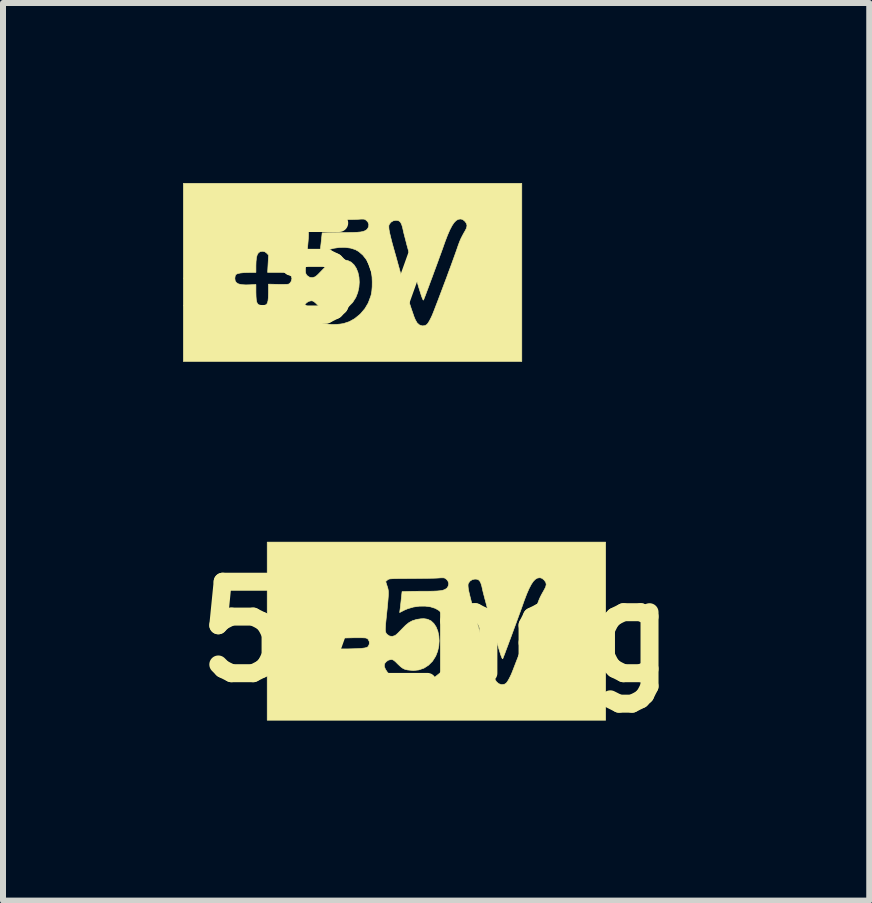
<source format=kicad_pcb>
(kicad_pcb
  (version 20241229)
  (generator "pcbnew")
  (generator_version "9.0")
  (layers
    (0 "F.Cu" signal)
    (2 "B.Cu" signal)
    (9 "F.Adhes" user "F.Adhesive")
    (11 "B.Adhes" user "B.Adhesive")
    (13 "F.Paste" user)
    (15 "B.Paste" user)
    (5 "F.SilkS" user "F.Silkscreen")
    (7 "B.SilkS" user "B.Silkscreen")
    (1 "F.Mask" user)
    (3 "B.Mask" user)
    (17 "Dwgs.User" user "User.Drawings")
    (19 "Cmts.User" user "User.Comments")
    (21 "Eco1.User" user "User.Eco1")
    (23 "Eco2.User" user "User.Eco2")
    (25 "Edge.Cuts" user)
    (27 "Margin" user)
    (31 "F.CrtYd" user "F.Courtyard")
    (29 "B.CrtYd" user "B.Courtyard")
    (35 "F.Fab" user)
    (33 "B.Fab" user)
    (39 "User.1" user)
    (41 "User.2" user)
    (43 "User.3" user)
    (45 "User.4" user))
  (footprint "5v_neg"
    (layer "F.Cu")
    (at 4.216 7.477)
    (property "Reference" "5v_neg" (at 0 0 0) (layer "F.SilkS") (effects (font (size 1.524 1.524) (thickness 0.3))))
    (attr through_hole)
    (fp_poly (pts (xy 2.825 1.473) (xy -2.814 1.473) (xy -2.814 0.545) (xy -0.862 0.545) (xy -0.861 0.582) (xy -0.843 0.626) (xy -0.811 0.674) (xy -0.766 0.722) (xy -0.764 0.723) (xy -0.69 0.78) (xy -0.61 0.82) (xy -0.519 0.845) (xy -0.415 0.856) (xy -0.385 0.856) (xy -0.329 0.855) (xy -0.271 0.85) (xy -0.223 0.843) (xy -0.211 0.841) (xy -0.115 0.809) (xy -0.027 0.76) (xy 0.057 0.692) (xy 0.074 0.676) (xy 0.145 0.592) (xy 0.2 0.499) (xy 0.241 0.392) (xy 0.249 0.363) (xy 0.26 0.302) (xy 0.266 0.228) (xy 0.267 0.147) (xy 0.264 0.067) (xy 0.255 -0.004) (xy 0.249 -0.036) (xy 0.216 -0.135) (xy 0.17 -0.224) (xy 0.111 -0.299) (xy 0.042 -0.359) (xy -0.014 -0.391) (xy -0.093 -0.416) (xy -0.183 -0.428) (xy -0.28 -0.427) (xy -0.377 -0.413) (xy -0.47 -0.386) (xy -0.525 -0.363) (xy -0.607 -0.321) (xy -0.601 -0.367) (xy -0.597 -0.396) (xy -0.592 -0.441) (xy -0.586 -0.494) (xy -0.581 -0.541) (xy -0.567 -0.67) (xy -0.457 -0.673) (xy -0.408 -0.674) (xy -0.343 -0.675) (xy -0.27 -0.676) (xy -0.194 -0.676) (xy -0.143 -0.676) (xy -0.053 -0.677) (xy 0.018 -0.68) (xy 0.072 -0.685) (xy 0.114 -0.693) (xy 0.146 -0.705) (xy 0.17 -0.72) (xy 0.183 -0.731) (xy 0.204 -0.765) (xy 0.532 -0.765) (xy 0.536 -0.723) (xy 0.547 -0.665) (xy 0.565 -0.59) (xy 0.589 -0.496) (xy 0.615 -0.403) (xy 0.635 -0.332) (xy 0.659 -0.248) (xy 0.684 -0.156) (xy 0.71 -0.063) (xy 0.734 0.024) (xy 0.736 0.033) (xy 0.761 0.122) (xy 0.789 0.218) (xy 0.819 0.316) (xy 0.849 0.413) (xy 0.878 0.506) (xy 0.906 0.592) (xy 0.932 0.667) (xy 0.954 0.728) (xy 0.971 0.771) (xy 0.973 0.776) (xy 1.004 0.83) (xy 1.042 0.864) (xy 1.087 0.879) (xy 1.102 0.879) (xy 1.138 0.874) (xy 1.167 0.856) (xy 1.175 0.847) (xy 1.192 0.824) (xy 1.214 0.786) (xy 1.238 0.739) (xy 1.253 0.707) (xy 1.267 0.673) (xy 1.288 0.62) (xy 1.314 0.552) (xy 1.345 0.472) (xy 1.38 0.382) (xy 1.416 0.284) (xy 1.454 0.183) (xy 1.493 0.08) (xy 1.53 -0.022) (xy 1.567 -0.121) (xy 1.6 -0.212) (xy 1.63 -0.295) (xy 1.655 -0.365) (xy 1.667 -0.399) (xy 1.692 -0.472) (xy 1.714 -0.53) (xy 1.735 -0.578) (xy 1.758 -0.623) (xy 1.785 -0.671) (xy 1.798 -0.694) (xy 1.825 -0.746) (xy 1.835 -0.788) (xy 1.828 -0.823) (xy 1.804 -0.858) (xy 1.798 -0.864) (xy 1.767 -0.89) (xy 1.737 -0.9) (xy 1.722 -0.901) (xy 1.687 -0.895) (xy 1.653 -0.875) (xy 1.619 -0.84) (xy 1.585 -0.789) (xy 1.549 -0.72) (xy 1.511 -0.633) (xy 1.47 -0.526) (xy 1.453 -0.478) (xy 1.434 -0.424) (xy 1.41 -0.357) (xy 1.382 -0.281) (xy 1.352 -0.198) (xy 1.32 -0.111) (xy 1.287 -0.022) (xy 1.255 0.066) (xy 1.223 0.151) (xy 1.194 0.23) (xy 1.167 0.301) (xy 1.145 0.361) (xy 1.127 0.407) (xy 1.115 0.438) (xy 1.11 0.45) (xy 1.104 0.448) (xy 1.093 0.426) (xy 1.077 0.384) (xy 1.057 0.321) (xy 1.032 0.238) (xy 1.001 0.134) (xy 0.967 0.011) (xy 0.944 -0.072) (xy 0.918 -0.166) (xy 0.891 -0.264) (xy 0.865 -0.355) (xy 0.852 -0.401) (xy 0.833 -0.473) (xy 0.814 -0.544) (xy 0.797 -0.609) (xy 0.783 -0.663) (xy 0.775 -0.698) (xy 0.76 -0.766) (xy 0.744 -0.815) (xy 0.726 -0.848) (xy 0.704 -0.868) (xy 0.676 -0.877) (xy 0.647 -0.879) (xy 0.604 -0.87) (xy 0.566 -0.846) (xy 0.54 -0.811) (xy 0.533 -0.793) (xy 0.532 -0.765) (xy 0.204 -0.765) (xy 0.206 -0.768) (xy 0.21 -0.81) (xy 0.195 -0.85) (xy 0.174 -0.874) (xy 0.155 -0.888) (xy 0.139 -0.897) (xy 0.117 -0.9) (xy 0.085 -0.9) (xy 0.044 -0.897) (xy 0.01 -0.895) (xy -0.042 -0.893) (xy -0.11 -0.892) (xy -0.189 -0.891) (xy -0.276 -0.89) (xy -0.368 -0.889) (xy -0.416 -0.889) (xy -0.515 -0.888) (xy -0.595 -0.888) (xy -0.658 -0.887) (xy -0.705 -0.886) (xy -0.74 -0.884) (xy -0.765 -0.882) (xy -0.783 -0.879) (xy -0.795 -0.874) (xy -0.804 -0.869) (xy -0.811 -0.863) (xy -0.84 -0.838) (xy -0.815 -0.76) (xy -0.807 -0.736) (xy -0.801 -0.713) (xy -0.797 -0.69) (xy -0.795 -0.663) (xy -0.795 -0.63) (xy -0.797 -0.588) (xy -0.801 -0.535) (xy -0.807 -0.467) (xy -0.815 -0.383) (xy -0.825 -0.288) (xy -0.834 -0.2) (xy -0.841 -0.131) (xy -0.844 -0.079) (xy -0.846 -0.04) (xy -0.844 -0.011) (xy -0.839 0.009) (xy -0.831 0.025) (xy -0.82 0.039) (xy -0.814 0.045) (xy -0.774 0.071) (xy -0.729 0.076) (xy -0.684 0.062) (xy -0.664 0.047) (xy -0.635 0.021) (xy -0.6 -0.015) (xy -0.57 -0.046) (xy -0.509 -0.108) (xy -0.453 -0.153) (xy -0.396 -0.184) (xy -0.335 -0.203) (xy -0.314 -0.208) (xy -0.253 -0.217) (xy -0.204 -0.219) (xy -0.161 -0.213) (xy -0.139 -0.208) (xy -0.084 -0.182) (xy -0.037 -0.138) (xy 0.001 -0.08) (xy 0.029 -0.01) (xy 0.046 0.068) (xy 0.051 0.151) (xy 0.045 0.237) (xy 0.026 0.322) (xy -0.006 0.404) (xy -0.007 0.406) (xy -0.06 0.49) (xy -0.126 0.556) (xy -0.202 0.605) (xy -0.288 0.635) (xy -0.38 0.645) (xy -0.477 0.635) (xy -0.519 0.625) (xy -0.553 0.609) (xy -0.59 0.582) (xy -0.636 0.539) (xy -0.639 0.536) (xy -0.675 0.5) (xy -0.701 0.478) (xy -0.722 0.466) (xy -0.741 0.462) (xy -0.751 0.462) (xy -0.792 0.471) (xy -0.829 0.495) (xy -0.856 0.528) (xy -0.862 0.545) (xy -2.814 0.545) (xy -2.814 0.202) (xy -1.825 0.202) (xy -1.817 0.24) (xy -1.803 0.264) (xy -1.794 0.271) (xy -1.783 0.277) (xy -1.766 0.281) (xy -1.741 0.283) (xy -1.704 0.285) (xy -1.652 0.285) (xy -1.582 0.285) (xy -1.552 0.285) (xy -1.477 0.285) (xy -1.403 0.283) (xy -1.335 0.281) (xy -1.279 0.278) (xy -1.239 0.276) (xy -1.237 0.275) (xy -1.19 0.269) (xy -1.159 0.262) (xy -1.139 0.251) (xy -1.13 0.242) (xy -1.113 0.205) (xy -1.113 0.164) (xy -1.131 0.127) (xy -1.134 0.124) (xy -1.145 0.114) (xy -1.158 0.107) (xy -1.176 0.102) (xy -1.205 0.1) (xy -1.248 0.099) (xy -1.303 0.099) (xy -1.37 0.099) (xy -1.45 0.101) (xy -1.533 0.103) (xy -1.609 0.106) (xy -1.616 0.106) (xy -1.682 0.109) (xy -1.73 0.113) (xy -1.763 0.117) (xy -1.785 0.122) (xy -1.799 0.129) (xy -1.804 0.134) (xy -1.82 0.163) (xy -1.825 0.202) (xy -2.814 0.202) (xy -2.814 -1.495) (xy 2.825 -1.495) (xy 2.825 1.473)) (stroke (width 0.01) (type solid)) (fill yes) (layer "F.SilkS")))
  (footprint "5v"
    (layer "F.Cu")
    (at 2.819 1.5)
    (property "Reference" "5v" (at 0 0 0) (layer "F.SilkS") (effects (font (size 1.524 1.524) (thickness 0.3))))
    (attr through_hole)
    (fp_poly (pts (xy 2.825 1.473) (xy -2.814 1.473) (xy -2.814 0.545) (xy -0.796 0.545) (xy -0.795 0.582) (xy -0.777 0.626) (xy -0.745 0.674) (xy -0.7 0.722) (xy -0.698 0.723) (xy -0.624 0.78) (xy -0.544 0.82) (xy -0.453 0.845) (xy -0.349 0.856) (xy -0.319 0.856) (xy -0.263 0.855) (xy -0.206 0.85) (xy -0.157 0.843) (xy -0.146 0.841) (xy -0.049 0.809) (xy 0.039 0.76) (xy 0.123 0.692) (xy 0.14 0.676) (xy 0.211 0.592) (xy 0.266 0.499) (xy 0.306 0.392) (xy 0.315 0.363) (xy 0.326 0.302) (xy 0.332 0.228) (xy 0.333 0.147) (xy 0.33 0.067) (xy 0.321 -0.004) (xy 0.315 -0.036) (xy 0.282 -0.135) (xy 0.236 -0.224) (xy 0.177 -0.299) (xy 0.108 -0.359) (xy 0.052 -0.391) (xy -0.027 -0.416) (xy -0.117 -0.428) (xy -0.214 -0.427) (xy -0.311 -0.413) (xy -0.404 -0.386) (xy -0.459 -0.363) (xy -0.541 -0.321) (xy -0.535 -0.367) (xy -0.531 -0.396) (xy -0.526 -0.441) (xy -0.52 -0.494) (xy -0.515 -0.541) (xy -0.501 -0.67) (xy -0.391 -0.673) (xy -0.342 -0.674) (xy -0.277 -0.675) (xy -0.204 -0.676) (xy -0.128 -0.676) (xy -0.077 -0.676) (xy 0.013 -0.677) (xy 0.083 -0.68) (xy 0.138 -0.685) (xy 0.18 -0.693) (xy 0.211 -0.705) (xy 0.236 -0.72) (xy 0.249 -0.731) (xy 0.27 -0.765) (xy 0.609 -0.765) (xy 0.613 -0.723) (xy 0.624 -0.665) (xy 0.642 -0.59) (xy 0.666 -0.496) (xy 0.692 -0.403) (xy 0.712 -0.332) (xy 0.736 -0.248) (xy 0.761 -0.156) (xy 0.787 -0.063) (xy 0.811 0.024) (xy 0.813 0.033) (xy 0.838 0.122) (xy 0.866 0.218) (xy 0.896 0.316) (xy 0.926 0.413) (xy 0.955 0.506) (xy 0.983 0.592) (xy 1.009 0.667) (xy 1.03 0.728) (xy 1.048 0.771) (xy 1.05 0.776) (xy 1.081 0.83) (xy 1.119 0.864) (xy 1.164 0.879) (xy 1.179 0.879) (xy 1.215 0.874) (xy 1.244 0.856) (xy 1.252 0.847) (xy 1.269 0.824) (xy 1.291 0.786) (xy 1.315 0.739) (xy 1.33 0.707) (xy 1.344 0.673) (xy 1.365 0.62) (xy 1.391 0.552) (xy 1.422 0.472) (xy 1.456 0.382) (xy 1.493 0.284) (xy 1.531 0.183) (xy 1.57 0.08) (xy 1.607 -0.022) (xy 1.644 -0.121) (xy 1.677 -0.212) (xy 1.707 -0.295) (xy 1.732 -0.365) (xy 1.744 -0.399) (xy 1.769 -0.472) (xy 1.791 -0.53) (xy 1.812 -0.578) (xy 1.835 -0.623) (xy 1.861 -0.671) (xy 1.875 -0.694) (xy 1.902 -0.746) (xy 1.912 -0.788) (xy 1.905 -0.823) (xy 1.881 -0.858) (xy 1.875 -0.864) (xy 1.844 -0.89) (xy 1.814 -0.9) (xy 1.798 -0.901) (xy 1.764 -0.895) (xy 1.73 -0.875) (xy 1.696 -0.84) (xy 1.662 -0.789) (xy 1.626 -0.72) (xy 1.588 -0.633) (xy 1.547 -0.526) (xy 1.53 -0.478) (xy 1.511 -0.424) (xy 1.487 -0.357) (xy 1.459 -0.281) (xy 1.429 -0.198) (xy 1.397 -0.111) (xy 1.364 -0.022) (xy 1.332 0.066) (xy 1.3 0.151) (xy 1.271 0.23) (xy 1.244 0.301) (xy 1.222 0.361) (xy 1.204 0.407) (xy 1.192 0.438) (xy 1.187 0.45) (xy 1.181 0.448) (xy 1.17 0.426) (xy 1.154 0.384) (xy 1.134 0.321) (xy 1.108 0.238) (xy 1.078 0.134) (xy 1.044 0.011) (xy 1.021 -0.072) (xy 0.995 -0.166) (xy 0.968 -0.264) (xy 0.942 -0.355) (xy 0.929 -0.401) (xy 0.909 -0.473) (xy 0.891 -0.544) (xy 0.874 -0.609) (xy 0.86 -0.663) (xy 0.852 -0.698) (xy 0.837 -0.766) (xy 0.821 -0.815) (xy 0.803 -0.848) (xy 0.781 -0.868) (xy 0.753 -0.877) (xy 0.724 -0.879) (xy 0.681 -0.87) (xy 0.643 -0.846) (xy 0.617 -0.811) (xy 0.61 -0.793) (xy 0.609 -0.765) (xy 0.27 -0.765) (xy 0.272 -0.768) (xy 0.276 -0.81) (xy 0.261 -0.85) (xy 0.239 -0.874) (xy 0.221 -0.888) (xy 0.204 -0.897) (xy 0.183 -0.9) (xy 0.151 -0.9) (xy 0.11 -0.897) (xy 0.076 -0.895) (xy 0.024 -0.893) (xy -0.044 -0.892) (xy -0.123 -0.891) (xy -0.21 -0.89) (xy -0.302 -0.889) (xy -0.35 -0.889) (xy -0.449 -0.888) (xy -0.529 -0.888) (xy -0.592 -0.887) (xy -0.639 -0.886) (xy -0.674 -0.884) (xy -0.699 -0.882) (xy -0.717 -0.879) (xy -0.729 -0.874) (xy -0.738 -0.869) (xy -0.745 -0.863) (xy -0.774 -0.838) (xy -0.749 -0.76) (xy -0.741 -0.736) (xy -0.735 -0.713) (xy -0.731 -0.69) (xy -0.729 -0.663) (xy -0.729 -0.63) (xy -0.731 -0.588) (xy -0.735 -0.535) (xy -0.741 -0.467) (xy -0.749 -0.383) (xy -0.759 -0.288) (xy -0.768 -0.2) (xy -0.775 -0.131) (xy -0.779 -0.079) (xy -0.78 -0.04) (xy -0.778 -0.011) (xy -0.773 0.009) (xy -0.765 0.025) (xy -0.754 0.039) (xy -0.748 0.045) (xy -0.708 0.071) (xy -0.663 0.076) (xy -0.618 0.062) (xy -0.598 0.047) (xy -0.569 0.021) (xy -0.534 -0.015) (xy -0.504 -0.046) (xy -0.443 -0.108) (xy -0.387 -0.153) (xy -0.33 -0.184) (xy -0.269 -0.203) (xy -0.248 -0.208) (xy -0.187 -0.217) (xy -0.138 -0.219) (xy -0.095 -0.213) (xy -0.073 -0.208) (xy -0.018 -0.182) (xy 0.029 -0.138) (xy 0.067 -0.08) (xy 0.095 -0.01) (xy 0.112 0.068) (xy 0.117 0.151) (xy 0.111 0.237) (xy 0.092 0.322) (xy 0.06 0.404) (xy 0.059 0.406) (xy 0.006 0.49) (xy -0.06 0.556) (xy -0.136 0.605) (xy -0.222 0.635) (xy -0.314 0.645) (xy -0.412 0.635) (xy -0.453 0.625) (xy -0.487 0.609) (xy -0.524 0.582) (xy -0.57 0.539) (xy -0.573 0.536) (xy -0.609 0.5) (xy -0.635 0.478) (xy -0.656 0.466) (xy -0.676 0.462) (xy -0.685 0.462) (xy -0.726 0.471) (xy -0.763 0.495) (xy -0.79 0.528) (xy -0.796 0.545) (xy -2.814 0.545) (xy -2.814 0.091) (xy -1.956 0.091) (xy -1.95 0.13) (xy -1.93 0.16) (xy -1.894 0.181) (xy -1.842 0.193) (xy -1.772 0.197) (xy -1.702 0.195) (xy -1.605 0.19) (xy -1.605 0.319) (xy -1.603 0.392) (xy -1.599 0.445) (xy -1.591 0.484) (xy -1.578 0.51) (xy -1.564 0.525) (xy -1.539 0.534) (xy -1.504 0.538) (xy -1.467 0.537) (xy -1.446 0.532) (xy -1.426 0.519) (xy -1.412 0.495) (xy -1.403 0.458) (xy -1.398 0.405) (xy -1.396 0.333) (xy -1.396 0.324) (xy -1.396 0.184) (xy -1.239 0.188) (xy -1.181 0.189) (xy -1.129 0.188) (xy -1.088 0.187) (xy -1.063 0.184) (xy -1.059 0.183) (xy -1.039 0.168) (xy -1.02 0.142) (xy -1.017 0.136) (xy -1.005 0.093) (xy -1.015 0.054) (xy -1.046 0.02) (xy -1.055 0.014) (xy -1.071 0.004) (xy -1.088 -0.003) (xy -1.11 -0.007) (xy -1.142 -0.01) (xy -1.187 -0.011) (xy -1.251 -0.011) (xy -1.41 -0.011) (xy -1.394 -0.299) (xy -1.424 -0.331) (xy -1.454 -0.354) (xy -1.488 -0.363) (xy -1.497 -0.363) (xy -1.534 -0.357) (xy -1.562 -0.339) (xy -1.583 -0.306) (xy -1.596 -0.258) (xy -1.603 -0.191) (xy -1.605 -0.124) (xy -1.605 -0.011) (xy -1.712 -0.01) (xy -1.799 -0.008) (xy -1.865 -0.001) (xy -1.911 0.009) (xy -1.938 0.024) (xy -1.942 0.028) (xy -1.951 0.052) (xy -1.956 0.085) (xy -1.956 0.091) (xy -2.814 0.091) (xy -2.814 -1.495) (xy 2.825 -1.495) (xy 2.825 1.473)) (stroke (width 0.01) (type solid)) (fill yes) (layer "F.SilkS")))
  (gr_rect
    (start -3 -3)
    (end 11.433 11.955)
    (stroke (width 0.1) (type default))
    (fill no)
    (layer "Edge.Cuts")))
</source>
